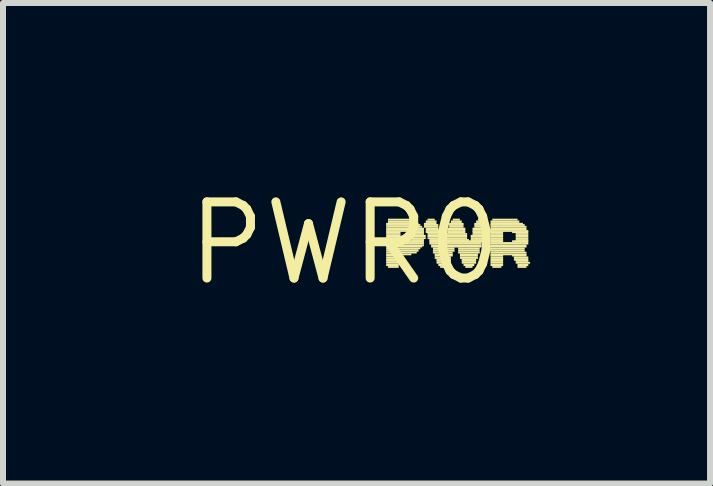
<source format=kicad_pcb>
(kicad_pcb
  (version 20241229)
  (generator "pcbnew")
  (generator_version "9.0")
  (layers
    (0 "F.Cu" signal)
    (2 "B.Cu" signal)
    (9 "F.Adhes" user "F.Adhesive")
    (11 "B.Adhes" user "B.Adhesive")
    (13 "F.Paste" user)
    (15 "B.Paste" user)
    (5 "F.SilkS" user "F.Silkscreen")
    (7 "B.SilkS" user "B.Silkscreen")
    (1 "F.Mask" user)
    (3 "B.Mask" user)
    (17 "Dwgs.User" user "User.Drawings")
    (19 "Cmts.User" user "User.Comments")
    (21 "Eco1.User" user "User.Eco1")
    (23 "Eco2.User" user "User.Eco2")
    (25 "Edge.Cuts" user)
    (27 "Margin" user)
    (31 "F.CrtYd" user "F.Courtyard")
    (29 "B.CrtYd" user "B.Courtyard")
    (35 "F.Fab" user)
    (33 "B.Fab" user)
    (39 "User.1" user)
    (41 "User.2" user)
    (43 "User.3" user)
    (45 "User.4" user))
  (footprint "PWR0"
    (layer "F.Cu")
    (at 2.698 1.006)
    (property "Reference" "PWR0" (at 0 0 0) (layer "F.SilkS") (effects (font (size 1.27 1.27) (thickness 0.15))))
    (fp_poly (pts (xy 0.69 -0.31) (xy 1.23 -0.31) (xy 1.23 -0.34) (xy 0.69 -0.34)) (stroke (width 0) (type default)) (fill yes) (layer "F.SilkS"))
    (fp_poly (pts (xy 0.69 -0.29) (xy 1.26 -0.29) (xy 1.26 -0.32) (xy 0.69 -0.32)) (stroke (width 0) (type default)) (fill yes) (layer "F.SilkS"))
    (fp_poly (pts (xy 0.69 -0.26) (xy 1.29 -0.26) (xy 1.29 -0.29) (xy 0.69 -0.29)) (stroke (width 0) (type default)) (fill yes) (layer "F.SilkS"))
    (fp_poly (pts (xy 0.69 -0.22) (xy 1.32 -0.22) (xy 1.32 -0.26) (xy 0.69 -0.26)) (stroke (width 0) (type default)) (fill yes) (layer "F.SilkS"))
    (fp_poly (pts (xy 0.69 -0.19) (xy 1.32 -0.19) (xy 1.32 -0.22) (xy 0.69 -0.22)) (stroke (width 0) (type default)) (fill yes) (layer "F.SilkS"))
    (fp_poly (pts (xy 0.69 -0.17) (xy 0.93 -0.17) (xy 0.93 -0.2) (xy 0.69 -0.2)) (stroke (width 0) (type default)) (fill yes) (layer "F.SilkS"))
    (fp_poly (pts (xy 0.69 -0.14) (xy 0.93 -0.14) (xy 0.93 -0.17) (xy 0.69 -0.17)) (stroke (width 0) (type default)) (fill yes) (layer "F.SilkS"))
    (fp_poly (pts (xy 0.69 -0.1) (xy 0.93 -0.1) (xy 0.93 -0.14) (xy 0.69 -0.14)) (stroke (width 0) (type default)) (fill yes) (layer "F.SilkS"))
    (fp_poly (pts (xy 0.69 -0.07) (xy 0.93 -0.07) (xy 0.93 -0.1) (xy 0.69 -0.1)) (stroke (width 0) (type default)) (fill yes) (layer "F.SilkS"))
    (fp_poly (pts (xy 0.69 -0.04) (xy 0.93 -0.04) (xy 0.93 -0.07) (xy 0.69 -0.07)) (stroke (width 0) (type default)) (fill yes) (layer "F.SilkS"))
    (fp_poly (pts (xy 0.69 -0.02) (xy 0.93 -0.02) (xy 0.93 -0.05) (xy 0.69 -0.05)) (stroke (width 0) (type default)) (fill yes) (layer "F.SilkS"))
    (fp_poly (pts (xy 0.69 0.02) (xy 1.32 0.02) (xy 1.32 -0.02) (xy 0.69 -0.02)) (stroke (width 0) (type default)) (fill yes) (layer "F.SilkS"))
    (fp_poly (pts (xy 0.69 0.05) (xy 1.32 0.05) (xy 1.32 0.02) (xy 0.69 0.02)) (stroke (width 0) (type default)) (fill yes) (layer "F.SilkS"))
    (fp_poly (pts (xy 0.69 0.07) (xy 1.29 0.07) (xy 1.29 0.04) (xy 0.69 0.04)) (stroke (width 0) (type default)) (fill yes) (layer "F.SilkS"))
    (fp_poly (pts (xy 0.69 0.1) (xy 1.26 0.1) (xy 1.26 0.07) (xy 0.69 0.07)) (stroke (width 0) (type default)) (fill yes) (layer "F.SilkS"))
    (fp_poly (pts (xy 0.69 0.14) (xy 1.23 0.14) (xy 1.23 0.1) (xy 0.69 0.1)) (stroke (width 0) (type default)) (fill yes) (layer "F.SilkS"))
    (fp_poly (pts (xy 0.69 0.17) (xy 1.2 0.17) (xy 1.2 0.14) (xy 0.69 0.14)) (stroke (width 0) (type default)) (fill yes) (layer "F.SilkS"))
    (fp_poly (pts (xy 0.69 0.2) (xy 1.11 0.2) (xy 1.11 0.17) (xy 0.69 0.17)) (stroke (width 0) (type default)) (fill yes) (layer "F.SilkS"))
    (fp_poly (pts (xy 0.69 0.22) (xy 0.93 0.22) (xy 0.93 0.19) (xy 0.69 0.19)) (stroke (width 0) (type default)) (fill yes) (layer "F.SilkS"))
    (fp_poly (pts (xy 0.69 0.26) (xy 0.93 0.26) (xy 0.93 0.22) (xy 0.69 0.22)) (stroke (width 0) (type default)) (fill yes) (layer "F.SilkS"))
    (fp_poly (pts (xy 0.69 0.29) (xy 0.93 0.29) (xy 0.93 0.26) (xy 0.69 0.26)) (stroke (width 0) (type default)) (fill yes) (layer "F.SilkS"))
    (fp_poly (pts (xy 0.69 0.31) (xy 0.93 0.31) (xy 0.93 0.28) (xy 0.69 0.28)) (stroke (width 0) (type default)) (fill yes) (layer "F.SilkS"))
    (fp_poly (pts (xy 0.69 0.34) (xy 0.9 0.34) (xy 0.9 0.31) (xy 0.69 0.31)) (stroke (width 0) (type default)) (fill yes) (layer "F.SilkS"))
    (fp_poly (pts (xy 0.69 0.38) (xy 0.9 0.38) (xy 0.9 0.34) (xy 0.69 0.34)) (stroke (width 0) (type default)) (fill yes) (layer "F.SilkS"))
    (fp_poly (pts (xy 0.72 -0.38) (xy 1.14 -0.38) (xy 1.14 -0.41) (xy 0.72 -0.41)) (stroke (width 0) (type default)) (fill yes) (layer "F.SilkS"))
    (fp_poly (pts (xy 0.72 -0.34) (xy 1.2 -0.34) (xy 1.2 -0.38) (xy 0.72 -0.38)) (stroke (width 0) (type default)) (fill yes) (layer "F.SilkS"))
    (fp_poly (pts (xy 0.72 0.41) (xy 0.9 0.41) (xy 0.9 0.38) (xy 0.72 0.38)) (stroke (width 0) (type default)) (fill yes) (layer "F.SilkS"))
    (fp_poly (pts (xy 1.05 -0.17) (xy 1.32 -0.17) (xy 1.32 -0.2) (xy 1.05 -0.2)) (stroke (width 0) (type default)) (fill yes) (layer "F.SilkS"))
    (fp_poly (pts (xy 1.05 -0.02) (xy 1.32 -0.02) (xy 1.32 -0.05) (xy 1.05 -0.05)) (stroke (width 0) (type default)) (fill yes) (layer "F.SilkS"))
    (fp_poly (pts (xy 1.11 -0.14) (xy 1.32 -0.14) (xy 1.32 -0.17) (xy 1.11 -0.17)) (stroke (width 0) (type default)) (fill yes) (layer "F.SilkS"))
    (fp_poly (pts (xy 1.11 -0.1) (xy 1.35 -0.1) (xy 1.35 -0.14) (xy 1.11 -0.14)) (stroke (width 0) (type default)) (fill yes) (layer "F.SilkS"))
    (fp_poly (pts (xy 1.11 -0.07) (xy 1.35 -0.07) (xy 1.35 -0.1) (xy 1.11 -0.1)) (stroke (width 0) (type default)) (fill yes) (layer "F.SilkS"))
    (fp_poly (pts (xy 1.11 -0.04) (xy 1.32 -0.04) (xy 1.32 -0.07) (xy 1.11 -0.07)) (stroke (width 0) (type default)) (fill yes) (layer "F.SilkS"))
    (fp_poly (pts (xy 1.32 -0.31) (xy 1.53 -0.31) (xy 1.53 -0.34) (xy 1.32 -0.34)) (stroke (width 0) (type default)) (fill yes) (layer "F.SilkS"))
    (fp_poly (pts (xy 1.32 -0.29) (xy 1.56 -0.29) (xy 1.56 -0.32) (xy 1.32 -0.32)) (stroke (width 0) (type default)) (fill yes) (layer "F.SilkS"))
    (fp_poly (pts (xy 1.32 -0.26) (xy 1.56 -0.26) (xy 1.56 -0.29) (xy 1.32 -0.29)) (stroke (width 0) (type default)) (fill yes) (layer "F.SilkS"))
    (fp_poly (pts (xy 1.35 -0.34) (xy 1.53 -0.34) (xy 1.53 -0.38) (xy 1.35 -0.38)) (stroke (width 0) (type default)) (fill yes) (layer "F.SilkS"))
    (fp_poly (pts (xy 1.35 -0.22) (xy 1.56 -0.22) (xy 1.56 -0.26) (xy 1.35 -0.26)) (stroke (width 0) (type default)) (fill yes) (layer "F.SilkS"))
    (fp_poly (pts (xy 1.35 -0.19) (xy 1.59 -0.19) (xy 1.59 -0.22) (xy 1.35 -0.22)) (stroke (width 0) (type default)) (fill yes) (layer "F.SilkS"))
    (fp_poly (pts (xy 1.35 -0.17) (xy 1.59 -0.17) (xy 1.59 -0.2) (xy 1.35 -0.2)) (stroke (width 0) (type default)) (fill yes) (layer "F.SilkS"))
    (fp_poly (pts (xy 1.38 -0.38) (xy 1.5 -0.38) (xy 1.5 -0.41) (xy 1.38 -0.41)) (stroke (width 0) (type default)) (fill yes) (layer "F.SilkS"))
    (fp_poly (pts (xy 1.38 -0.14) (xy 1.59 -0.14) (xy 1.59 -0.17) (xy 1.38 -0.17)) (stroke (width 0) (type default)) (fill yes) (layer "F.SilkS"))
    (fp_poly (pts (xy 1.38 -0.1) (xy 1.62 -0.1) (xy 1.62 -0.14) (xy 1.38 -0.14)) (stroke (width 0) (type default)) (fill yes) (layer "F.SilkS"))
    (fp_poly (pts (xy 1.38 -0.07) (xy 1.62 -0.07) (xy 1.62 -0.1) (xy 1.38 -0.1)) (stroke (width 0) (type default)) (fill yes) (layer "F.SilkS"))
    (fp_poly (pts (xy 1.41 -0.04) (xy 1.62 -0.04) (xy 1.62 -0.07) (xy 1.41 -0.07)) (stroke (width 0) (type default)) (fill yes) (layer "F.SilkS"))
    (fp_poly (pts (xy 1.41 -0.02) (xy 2.31 -0.02) (xy 2.31 -0.05) (xy 1.41 -0.05)) (stroke (width 0) (type default)) (fill yes) (layer "F.SilkS"))
    (fp_poly (pts (xy 1.41 0.02) (xy 2.28 0.02) (xy 2.28 -0.02) (xy 1.41 -0.02)) (stroke (width 0) (type default)) (fill yes) (layer "F.SilkS"))
    (fp_poly (pts (xy 1.44 0.05) (xy 2.28 0.05) (xy 2.28 0.02) (xy 1.44 0.02)) (stroke (width 0) (type default)) (fill yes) (layer "F.SilkS"))
    (fp_poly (pts (xy 1.44 0.07) (xy 2.28 0.07) (xy 2.28 0.04) (xy 1.44 0.04)) (stroke (width 0) (type default)) (fill yes) (layer "F.SilkS"))
    (fp_poly (pts (xy 1.47 0.1) (xy 1.83 0.1) (xy 1.83 0.07) (xy 1.47 0.07)) (stroke (width 0) (type default)) (fill yes) (layer "F.SilkS"))
    (fp_poly (pts (xy 1.47 0.14) (xy 1.83 0.14) (xy 1.83 0.1) (xy 1.47 0.1)) (stroke (width 0) (type default)) (fill yes) (layer "F.SilkS"))
    (fp_poly (pts (xy 1.47 0.17) (xy 1.8 0.17) (xy 1.8 0.14) (xy 1.47 0.14)) (stroke (width 0) (type default)) (fill yes) (layer "F.SilkS"))
    (fp_poly (pts (xy 1.5 0.2) (xy 1.8 0.2) (xy 1.8 0.17) (xy 1.5 0.17)) (stroke (width 0) (type default)) (fill yes) (layer "F.SilkS"))
    (fp_poly (pts (xy 1.5 0.22) (xy 1.8 0.22) (xy 1.8 0.19) (xy 1.5 0.19)) (stroke (width 0) (type default)) (fill yes) (layer "F.SilkS"))
    (fp_poly (pts (xy 1.5 0.26) (xy 1.77 0.26) (xy 1.77 0.22) (xy 1.5 0.22)) (stroke (width 0) (type default)) (fill yes) (layer "F.SilkS"))
    (fp_poly (pts (xy 1.53 0.29) (xy 1.77 0.29) (xy 1.77 0.26) (xy 1.53 0.26)) (stroke (width 0) (type default)) (fill yes) (layer "F.SilkS"))
    (fp_poly (pts (xy 1.53 0.31) (xy 1.77 0.31) (xy 1.77 0.28) (xy 1.53 0.28)) (stroke (width 0) (type default)) (fill yes) (layer "F.SilkS"))
    (fp_poly (pts (xy 1.53 0.34) (xy 1.74 0.34) (xy 1.74 0.31) (xy 1.53 0.31)) (stroke (width 0) (type default)) (fill yes) (layer "F.SilkS"))
    (fp_poly (pts (xy 1.56 0.38) (xy 1.74 0.38) (xy 1.74 0.34) (xy 1.56 0.34)) (stroke (width 0) (type default)) (fill yes) (layer "F.SilkS"))
    (fp_poly (pts (xy 1.59 0.41) (xy 1.71 0.41) (xy 1.71 0.38) (xy 1.59 0.38)) (stroke (width 0) (type default)) (fill yes) (layer "F.SilkS"))
    (fp_poly (pts (xy 1.65 -0.04) (xy 2.07 -0.04) (xy 2.07 -0.07) (xy 1.65 -0.07)) (stroke (width 0) (type default)) (fill yes) (layer "F.SilkS"))
    (fp_poly (pts (xy 1.68 -0.14) (xy 2.04 -0.14) (xy 2.04 -0.17) (xy 1.68 -0.17)) (stroke (width 0) (type default)) (fill yes) (layer "F.SilkS"))
    (fp_poly (pts (xy 1.68 -0.1) (xy 2.04 -0.1) (xy 2.04 -0.14) (xy 1.68 -0.14)) (stroke (width 0) (type default)) (fill yes) (layer "F.SilkS"))
    (fp_poly (pts (xy 1.68 -0.07) (xy 2.04 -0.07) (xy 2.04 -0.1) (xy 1.68 -0.1)) (stroke (width 0) (type default)) (fill yes) (layer "F.SilkS"))
    (fp_poly (pts (xy 1.71 -0.22) (xy 2.01 -0.22) (xy 2.01 -0.26) (xy 1.71 -0.26)) (stroke (width 0) (type default)) (fill yes) (layer "F.SilkS"))
    (fp_poly (pts (xy 1.71 -0.19) (xy 2.01 -0.19) (xy 2.01 -0.22) (xy 1.71 -0.22)) (stroke (width 0) (type default)) (fill yes) (layer "F.SilkS"))
    (fp_poly (pts (xy 1.71 -0.17) (xy 2.01 -0.17) (xy 2.01 -0.2) (xy 1.71 -0.2)) (stroke (width 0) (type default)) (fill yes) (layer "F.SilkS"))
    (fp_poly (pts (xy 1.74 -0.31) (xy 1.98 -0.31) (xy 1.98 -0.34) (xy 1.74 -0.34)) (stroke (width 0) (type default)) (fill yes) (layer "F.SilkS"))
    (fp_poly (pts (xy 1.74 -0.29) (xy 1.98 -0.29) (xy 1.98 -0.32) (xy 1.74 -0.32)) (stroke (width 0) (type default)) (fill yes) (layer "F.SilkS"))
    (fp_poly (pts (xy 1.74 -0.26) (xy 1.98 -0.26) (xy 1.98 -0.29) (xy 1.74 -0.29)) (stroke (width 0) (type default)) (fill yes) (layer "F.SilkS"))
    (fp_poly (pts (xy 1.77 -0.34) (xy 1.95 -0.34) (xy 1.95 -0.38) (xy 1.77 -0.38)) (stroke (width 0) (type default)) (fill yes) (layer "F.SilkS"))
    (fp_poly (pts (xy 1.8 -0.38) (xy 1.92 -0.38) (xy 1.92 -0.41) (xy 1.8 -0.41)) (stroke (width 0) (type default)) (fill yes) (layer "F.SilkS"))
    (fp_poly (pts (xy 1.89 0.1) (xy 2.25 0.1) (xy 2.25 0.07) (xy 1.89 0.07)) (stroke (width 0) (type default)) (fill yes) (layer "F.SilkS"))
    (fp_poly (pts (xy 1.89 0.14) (xy 2.25 0.14) (xy 2.25 0.1) (xy 1.89 0.1)) (stroke (width 0) (type default)) (fill yes) (layer "F.SilkS"))
    (fp_poly (pts (xy 1.89 0.17) (xy 2.25 0.17) (xy 2.25 0.14) (xy 1.89 0.14)) (stroke (width 0) (type default)) (fill yes) (layer "F.SilkS"))
    (fp_poly (pts (xy 1.92 0.2) (xy 2.22 0.2) (xy 2.22 0.17) (xy 1.92 0.17)) (stroke (width 0) (type default)) (fill yes) (layer "F.SilkS"))
    (fp_poly (pts (xy 1.92 0.22) (xy 2.22 0.22) (xy 2.22 0.19) (xy 1.92 0.19)) (stroke (width 0) (type default)) (fill yes) (layer "F.SilkS"))
    (fp_poly (pts (xy 1.92 0.26) (xy 2.22 0.26) (xy 2.22 0.22) (xy 1.92 0.22)) (stroke (width 0) (type default)) (fill yes) (layer "F.SilkS"))
    (fp_poly (pts (xy 1.95 0.29) (xy 2.19 0.29) (xy 2.19 0.26) (xy 1.95 0.26)) (stroke (width 0) (type default)) (fill yes) (layer "F.SilkS"))
    (fp_poly (pts (xy 1.95 0.31) (xy 2.19 0.31) (xy 2.19 0.28) (xy 1.95 0.28)) (stroke (width 0) (type default)) (fill yes) (layer "F.SilkS"))
    (fp_poly (pts (xy 1.95 0.34) (xy 2.19 0.34) (xy 2.19 0.31) (xy 1.95 0.31)) (stroke (width 0) (type default)) (fill yes) (layer "F.SilkS"))
    (fp_poly (pts (xy 1.98 0.38) (xy 2.16 0.38) (xy 2.16 0.34) (xy 1.98 0.34)) (stroke (width 0) (type default)) (fill yes) (layer "F.SilkS"))
    (fp_poly (pts (xy 2.01 0.41) (xy 2.13 0.41) (xy 2.13 0.38) (xy 2.01 0.38)) (stroke (width 0) (type default)) (fill yes) (layer "F.SilkS"))
    (fp_poly (pts (xy 2.1 -0.1) (xy 2.34 -0.1) (xy 2.34 -0.14) (xy 2.1 -0.14)) (stroke (width 0) (type default)) (fill yes) (layer "F.SilkS"))
    (fp_poly (pts (xy 2.1 -0.07) (xy 2.31 -0.07) (xy 2.31 -0.1) (xy 2.1 -0.1)) (stroke (width 0) (type default)) (fill yes) (layer "F.SilkS"))
    (fp_poly (pts (xy 2.1 -0.04) (xy 2.31 -0.04) (xy 2.31 -0.07) (xy 2.1 -0.07)) (stroke (width 0) (type default)) (fill yes) (layer "F.SilkS"))
    (fp_poly (pts (xy 2.13 -0.22) (xy 2.37 -0.22) (xy 2.37 -0.26) (xy 2.13 -0.26)) (stroke (width 0) (type default)) (fill yes) (layer "F.SilkS"))
    (fp_poly (pts (xy 2.13 -0.19) (xy 2.37 -0.19) (xy 2.37 -0.22) (xy 2.13 -0.22)) (stroke (width 0) (type default)) (fill yes) (layer "F.SilkS"))
    (fp_poly (pts (xy 2.13 -0.17) (xy 2.37 -0.17) (xy 2.37 -0.2) (xy 2.13 -0.2)) (stroke (width 0) (type default)) (fill yes) (layer "F.SilkS"))
    (fp_poly (pts (xy 2.13 -0.14) (xy 2.34 -0.14) (xy 2.34 -0.17) (xy 2.13 -0.17)) (stroke (width 0) (type default)) (fill yes) (layer "F.SilkS"))
    (fp_poly (pts (xy 2.16 -0.31) (xy 2.4 -0.31) (xy 2.4 -0.34) (xy 2.16 -0.34)) (stroke (width 0) (type default)) (fill yes) (layer "F.SilkS"))
    (fp_poly (pts (xy 2.16 -0.29) (xy 2.4 -0.29) (xy 2.4 -0.32) (xy 2.16 -0.32)) (stroke (width 0) (type default)) (fill yes) (layer "F.SilkS"))
    (fp_poly (pts (xy 2.16 -0.26) (xy 2.4 -0.26) (xy 2.4 -0.29) (xy 2.16 -0.29)) (stroke (width 0) (type default)) (fill yes) (layer "F.SilkS"))
    (fp_poly (pts (xy 2.19 -0.34) (xy 2.37 -0.34) (xy 2.37 -0.38) (xy 2.19 -0.38)) (stroke (width 0) (type default)) (fill yes) (layer "F.SilkS"))
    (fp_poly (pts (xy 2.22 -0.38) (xy 2.34 -0.38) (xy 2.34 -0.41) (xy 2.22 -0.41)) (stroke (width 0) (type default)) (fill yes) (layer "F.SilkS"))
    (fp_poly (pts (xy 2.43 -0.34) (xy 2.91 -0.34) (xy 2.91 -0.38) (xy 2.43 -0.38)) (stroke (width 0) (type default)) (fill yes) (layer "F.SilkS"))
    (fp_poly (pts (xy 2.43 -0.31) (xy 2.97 -0.31) (xy 2.97 -0.34) (xy 2.43 -0.34)) (stroke (width 0) (type default)) (fill yes) (layer "F.SilkS"))
    (fp_poly (pts (xy 2.43 -0.29) (xy 3 -0.29) (xy 3 -0.32) (xy 2.43 -0.32)) (stroke (width 0) (type default)) (fill yes) (layer "F.SilkS"))
    (fp_poly (pts (xy 2.43 -0.26) (xy 3.03 -0.26) (xy 3.03 -0.29) (xy 2.43 -0.29)) (stroke (width 0) (type default)) (fill yes) (layer "F.SilkS"))
    (fp_poly (pts (xy 2.43 -0.22) (xy 3.03 -0.22) (xy 3.03 -0.26) (xy 2.43 -0.26)) (stroke (width 0) (type default)) (fill yes) (layer "F.SilkS"))
    (fp_poly (pts (xy 2.43 -0.19) (xy 3.06 -0.19) (xy 3.06 -0.22) (xy 2.43 -0.22)) (stroke (width 0) (type default)) (fill yes) (layer "F.SilkS"))
    (fp_poly (pts (xy 2.43 -0.17) (xy 2.64 -0.17) (xy 2.64 -0.2) (xy 2.43 -0.2)) (stroke (width 0) (type default)) (fill yes) (layer "F.SilkS"))
    (fp_poly (pts (xy 2.43 -0.14) (xy 2.64 -0.14) (xy 2.64 -0.17) (xy 2.43 -0.17)) (stroke (width 0) (type default)) (fill yes) (layer "F.SilkS"))
    (fp_poly (pts (xy 2.43 -0.1) (xy 2.64 -0.1) (xy 2.64 -0.14) (xy 2.43 -0.14)) (stroke (width 0) (type default)) (fill yes) (layer "F.SilkS"))
    (fp_poly (pts (xy 2.43 -0.07) (xy 2.64 -0.07) (xy 2.64 -0.1) (xy 2.43 -0.1)) (stroke (width 0) (type default)) (fill yes) (layer "F.SilkS"))
    (fp_poly (pts (xy 2.43 -0.04) (xy 2.64 -0.04) (xy 2.64 -0.07) (xy 2.43 -0.07)) (stroke (width 0) (type default)) (fill yes) (layer "F.SilkS"))
    (fp_poly (pts (xy 2.43 -0.02) (xy 2.64 -0.02) (xy 2.64 -0.05) (xy 2.43 -0.05)) (stroke (width 0) (type default)) (fill yes) (layer "F.SilkS"))
    (fp_poly (pts (xy 2.43 0.02) (xy 3.06 0.02) (xy 3.06 -0.02) (xy 2.43 -0.02)) (stroke (width 0) (type default)) (fill yes) (layer "F.SilkS"))
    (fp_poly (pts (xy 2.43 0.05) (xy 3.03 0.05) (xy 3.03 0.02) (xy 2.43 0.02)) (stroke (width 0) (type default)) (fill yes) (layer "F.SilkS"))
    (fp_poly (pts (xy 2.43 0.07) (xy 3.03 0.07) (xy 3.03 0.04) (xy 2.43 0.04)) (stroke (width 0) (type default)) (fill yes) (layer "F.SilkS"))
    (fp_poly (pts (xy 2.43 0.1) (xy 3 0.1) (xy 3 0.07) (xy 2.43 0.07)) (stroke (width 0) (type default)) (fill yes) (layer "F.SilkS"))
    (fp_poly (pts (xy 2.43 0.14) (xy 3 0.14) (xy 3 0.1) (xy 2.43 0.1)) (stroke (width 0) (type default)) (fill yes) (layer "F.SilkS"))
    (fp_poly (pts (xy 2.43 0.17) (xy 3.03 0.17) (xy 3.03 0.14) (xy 2.43 0.14)) (stroke (width 0) (type default)) (fill yes) (layer "F.SilkS"))
    (fp_poly (pts (xy 2.43 0.2) (xy 3.03 0.2) (xy 3.03 0.17) (xy 2.43 0.17)) (stroke (width 0) (type default)) (fill yes) (layer "F.SilkS"))
    (fp_poly (pts (xy 2.43 0.22) (xy 2.64 0.22) (xy 2.64 0.19) (xy 2.43 0.19)) (stroke (width 0) (type default)) (fill yes) (layer "F.SilkS"))
    (fp_poly (pts (xy 2.43 0.26) (xy 2.64 0.26) (xy 2.64 0.22) (xy 2.43 0.22)) (stroke (width 0) (type default)) (fill yes) (layer "F.SilkS"))
    (fp_poly (pts (xy 2.43 0.29) (xy 2.64 0.29) (xy 2.64 0.26) (xy 2.43 0.26)) (stroke (width 0) (type default)) (fill yes) (layer "F.SilkS"))
    (fp_poly (pts (xy 2.43 0.31) (xy 2.64 0.31) (xy 2.64 0.28) (xy 2.43 0.28)) (stroke (width 0) (type default)) (fill yes) (layer "F.SilkS"))
    (fp_poly (pts (xy 2.43 0.34) (xy 2.64 0.34) (xy 2.64 0.31) (xy 2.43 0.31)) (stroke (width 0) (type default)) (fill yes) (layer "F.SilkS"))
    (fp_poly (pts (xy 2.43 0.38) (xy 2.64 0.38) (xy 2.64 0.34) (xy 2.43 0.34)) (stroke (width 0) (type default)) (fill yes) (layer "F.SilkS"))
    (fp_poly (pts (xy 2.46 -0.38) (xy 2.88 -0.38) (xy 2.88 -0.41) (xy 2.46 -0.41)) (stroke (width 0) (type default)) (fill yes) (layer "F.SilkS"))
    (fp_poly (pts (xy 2.46 0.41) (xy 2.61 0.41) (xy 2.61 0.38) (xy 2.46 0.38)) (stroke (width 0) (type default)) (fill yes) (layer "F.SilkS"))
    (fp_poly (pts (xy 2.79 -0.17) (xy 3.06 -0.17) (xy 3.06 -0.2) (xy 2.79 -0.2)) (stroke (width 0) (type default)) (fill yes) (layer "F.SilkS"))
    (fp_poly (pts (xy 2.79 -0.02) (xy 3.06 -0.02) (xy 3.06 -0.05) (xy 2.79 -0.05)) (stroke (width 0) (type default)) (fill yes) (layer "F.SilkS"))
    (fp_poly (pts (xy 2.79 0.22) (xy 3.03 0.22) (xy 3.03 0.19) (xy 2.79 0.19)) (stroke (width 0) (type default)) (fill yes) (layer "F.SilkS"))
    (fp_poly (pts (xy 2.82 0.26) (xy 3.06 0.26) (xy 3.06 0.22) (xy 2.82 0.22)) (stroke (width 0) (type default)) (fill yes) (layer "F.SilkS"))
    (fp_poly (pts (xy 2.82 0.29) (xy 3.06 0.29) (xy 3.06 0.26) (xy 2.82 0.26)) (stroke (width 0) (type default)) (fill yes) (layer "F.SilkS"))
    (fp_poly (pts (xy 2.85 -0.14) (xy 3.06 -0.14) (xy 3.06 -0.17) (xy 2.85 -0.17)) (stroke (width 0) (type default)) (fill yes) (layer "F.SilkS"))
    (fp_poly (pts (xy 2.85 -0.1) (xy 3.06 -0.1) (xy 3.06 -0.14) (xy 2.85 -0.14)) (stroke (width 0) (type default)) (fill yes) (layer "F.SilkS"))
    (fp_poly (pts (xy 2.85 -0.07) (xy 3.06 -0.07) (xy 3.06 -0.1) (xy 2.85 -0.1)) (stroke (width 0) (type default)) (fill yes) (layer "F.SilkS"))
    (fp_poly (pts (xy 2.85 -0.04) (xy 3.06 -0.04) (xy 3.06 -0.07) (xy 2.85 -0.07)) (stroke (width 0) (type default)) (fill yes) (layer "F.SilkS"))
    (fp_poly (pts (xy 2.85 0.31) (xy 3.06 0.31) (xy 3.06 0.28) (xy 2.85 0.28)) (stroke (width 0) (type default)) (fill yes) (layer "F.SilkS"))
    (fp_poly (pts (xy 2.85 0.34) (xy 3.09 0.34) (xy 3.09 0.31) (xy 2.85 0.31)) (stroke (width 0) (type default)) (fill yes) (layer "F.SilkS"))
    (fp_poly (pts (xy 2.88 0.38) (xy 3.06 0.38) (xy 3.06 0.34) (xy 2.88 0.34)) (stroke (width 0) (type default)) (fill yes) (layer "F.SilkS"))
    (fp_poly (pts (xy 2.88 0.41) (xy 3.03 0.41) (xy 3.03 0.38) (xy 2.88 0.38)) (stroke (width 0) (type default)) (fill yes) (layer "F.SilkS")))
  (gr_rect
    (start -3 -3)
    (end 8.788 5.012)
    (stroke (width 0.1) (type default))
    (fill no)
    (layer "Edge.Cuts")))
</source>
